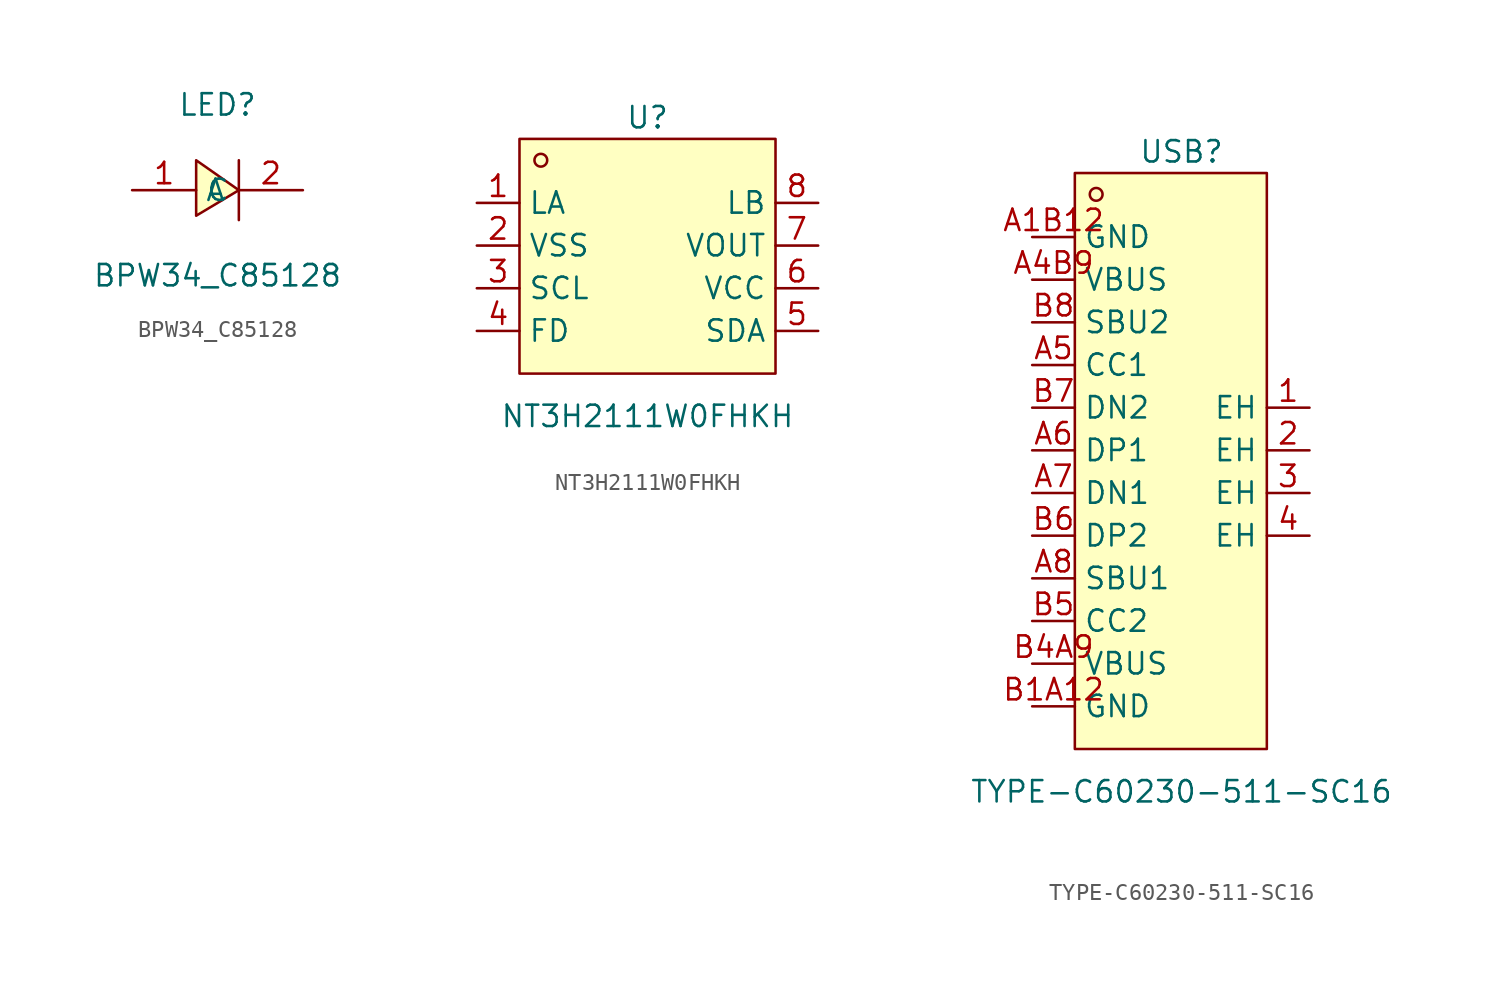
<source format=kicad_sym>
(kicad_symbol_lib
  (version 20211014)
  (generator https://github.com/uPesy/easyeda2kicad.py)
  (symbol "BPW34_C85128"
    (property "Reference" "LED"
      (at 0 5.08 0)
      (effects (font (size 1.27 1.27))))
    (property "Value" "BPW34_C85128"
      (at 0 -5.08 0)
      (effects (font (size 1.27 1.27))))
    (symbol "BPW34_C85128_0_1"
      (polyline (pts (xy -1.27 -1.52) (xy 1.27 -0.00) (xy -1.27 1.78) (xy -1.27 -1.52)) (stroke (width 0) (type default) (color 0 0 0 0)) (fill (type background)))
      (polyline (pts (xy 1.27 -1.78) (xy 1.27 1.78)) (stroke (width 0) (type default) (color 0 0 0 0)) (fill (type none)))
      (pin unspecified line (at -5.08 -0.00 0) (length 3.81) (name "A" (effects (font (size 1.27 1.27)))) (number "1" (effects (font (size 1.27 1.27)))))
      (pin unspecified line (at 5.08 -0.00 180) (length 3.81) (name "C" (effects (font (size 1.27 1.27)))) (number "2" (effects (font (size 1.27 1.27)))))))
  (symbol "NT3H2111W0FHKH"
    (property "Reference" "U"
      (at 0 8.89 0)
      (effects (font (size 1.27 1.27))))
    (property "Value" "NT3H2111W0FHKH"
      (at 0 -8.89 0)
      (effects (font (size 1.27 1.27))))
    (symbol "NT3H2111W0FHKH_0_1"
      (rectangle (start -7.62 7.62) (end 7.62 -6.35) (stroke (width 0) (type default) (color 0 0 0 0)) (fill (type background)))
      (circle (center -6.35 6.35) (radius 0.38) (stroke (width 0) (type default) (color 0 0 0 0)) (fill (type none)))
      (pin unspecified line (at 10.16 3.81 180) (length 2.54) (name "LB" (effects (font (size 1.27 1.27)))) (number "8" (effects (font (size 1.27 1.27)))))
      (pin unspecified line (at 10.16 1.27 180) (length 2.54) (name "VOUT" (effects (font (size 1.27 1.27)))) (number "7" (effects (font (size 1.27 1.27)))))
      (pin unspecified line (at 10.16 -1.27 180) (length 2.54) (name "VCC" (effects (font (size 1.27 1.27)))) (number "6" (effects (font (size 1.27 1.27)))))
      (pin unspecified line (at 10.16 -3.81 180) (length 2.54) (name "SDA" (effects (font (size 1.27 1.27)))) (number "5" (effects (font (size 1.27 1.27)))))
      (pin unspecified line (at -10.16 -3.81 0) (length 2.54) (name "FD" (effects (font (size 1.27 1.27)))) (number "4" (effects (font (size 1.27 1.27)))))
      (pin unspecified line (at -10.16 -1.27 0) (length 2.54) (name "SCL" (effects (font (size 1.27 1.27)))) (number "3" (effects (font (size 1.27 1.27)))))
      (pin unspecified line (at -10.16 1.27 0) (length 2.54) (name "VSS" (effects (font (size 1.27 1.27)))) (number "2" (effects (font (size 1.27 1.27)))))
      (pin unspecified line (at -10.16 3.81 0) (length 2.54) (name "LA" (effects (font (size 1.27 1.27)))) (number "1" (effects (font (size 1.27 1.27)))))))
  (symbol "TYPE-C60230-511-SC16"
    (property "Reference" "USB"
      (at 0 17.78 0)
      (effects (font (size 1.27 1.27))))
    (property "Value" "TYPE-C60230-511-SC16"
      (at 0 -20.32 0)
      (effects (font (size 1.27 1.27))))
    (symbol "TYPE-C60230-511-SC16_0_1"
      (rectangle (start -6.35 16.51) (end 5.08 -17.78) (stroke (width 0) (type default) (color 0 0 0 0)) (fill (type background)))
      (circle (center -5.08 15.24) (radius 0.38) (stroke (width 0) (type default) (color 0 0 0 0)) (fill (type none)))
      (pin unspecified line (at 7.62 -5.08 180) (length 2.54) (name "EH" (effects (font (size 1.27 1.27)))) (number "4" (effects (font (size 1.27 1.27)))))
      (pin unspecified line (at 7.62 -2.54 180) (length 2.54) (name "EH" (effects (font (size 1.27 1.27)))) (number "3" (effects (font (size 1.27 1.27)))))
      (pin unspecified line (at 7.62 -0.00 180) (length 2.54) (name "EH" (effects (font (size 1.27 1.27)))) (number "2" (effects (font (size 1.27 1.27)))))
      (pin unspecified line (at 7.62 2.54 180) (length 2.54) (name "EH" (effects (font (size 1.27 1.27)))) (number "1" (effects (font (size 1.27 1.27)))))
      (pin unspecified line (at -8.89 -15.24 0) (length 2.54) (name "GND" (effects (font (size 1.27 1.27)))) (number "B1A12" (effects (font (size 1.27 1.27)))))
      (pin unspecified line (at -8.89 -12.70 0) (length 2.54) (name "VBUS" (effects (font (size 1.27 1.27)))) (number "B4A9" (effects (font (size 1.27 1.27)))))
      (pin unspecified line (at -8.89 -10.16 0) (length 2.54) (name "CC2" (effects (font (size 1.27 1.27)))) (number "B5" (effects (font (size 1.27 1.27)))))
      (pin unspecified line (at -8.89 -7.62 0) (length 2.54) (name "SBU1" (effects (font (size 1.27 1.27)))) (number "A8" (effects (font (size 1.27 1.27)))))
      (pin unspecified line (at -8.89 -5.08 0) (length 2.54) (name "DP2" (effects (font (size 1.27 1.27)))) (number "B6" (effects (font (size 1.27 1.27)))))
      (pin unspecified line (at -8.89 -2.54 0) (length 2.54) (name "DN1" (effects (font (size 1.27 1.27)))) (number "A7" (effects (font (size 1.27 1.27)))))
      (pin unspecified line (at -8.89 -0.00 0) (length 2.54) (name "DP1" (effects (font (size 1.27 1.27)))) (number "A6" (effects (font (size 1.27 1.27)))))
      (pin unspecified line (at -8.89 2.54 0) (length 2.54) (name "DN2" (effects (font (size 1.27 1.27)))) (number "B7" (effects (font (size 1.27 1.27)))))
      (pin unspecified line (at -8.89 5.08 0) (length 2.54) (name "CC1" (effects (font (size 1.27 1.27)))) (number "A5" (effects (font (size 1.27 1.27)))))
      (pin unspecified line (at -8.89 7.62 0) (length 2.54) (name "SBU2" (effects (font (size 1.27 1.27)))) (number "B8" (effects (font (size 1.27 1.27)))))
      (pin unspecified line (at -8.89 10.16 0) (length 2.54) (name "VBUS" (effects (font (size 1.27 1.27)))) (number "A4B9" (effects (font (size 1.27 1.27)))))
      (pin unspecified line (at -8.89 12.70 0) (length 2.54) (name "GND" (effects (font (size 1.27 1.27)))) (number "A1B12" (effects (font (size 1.27 1.27))))))))
</source>
